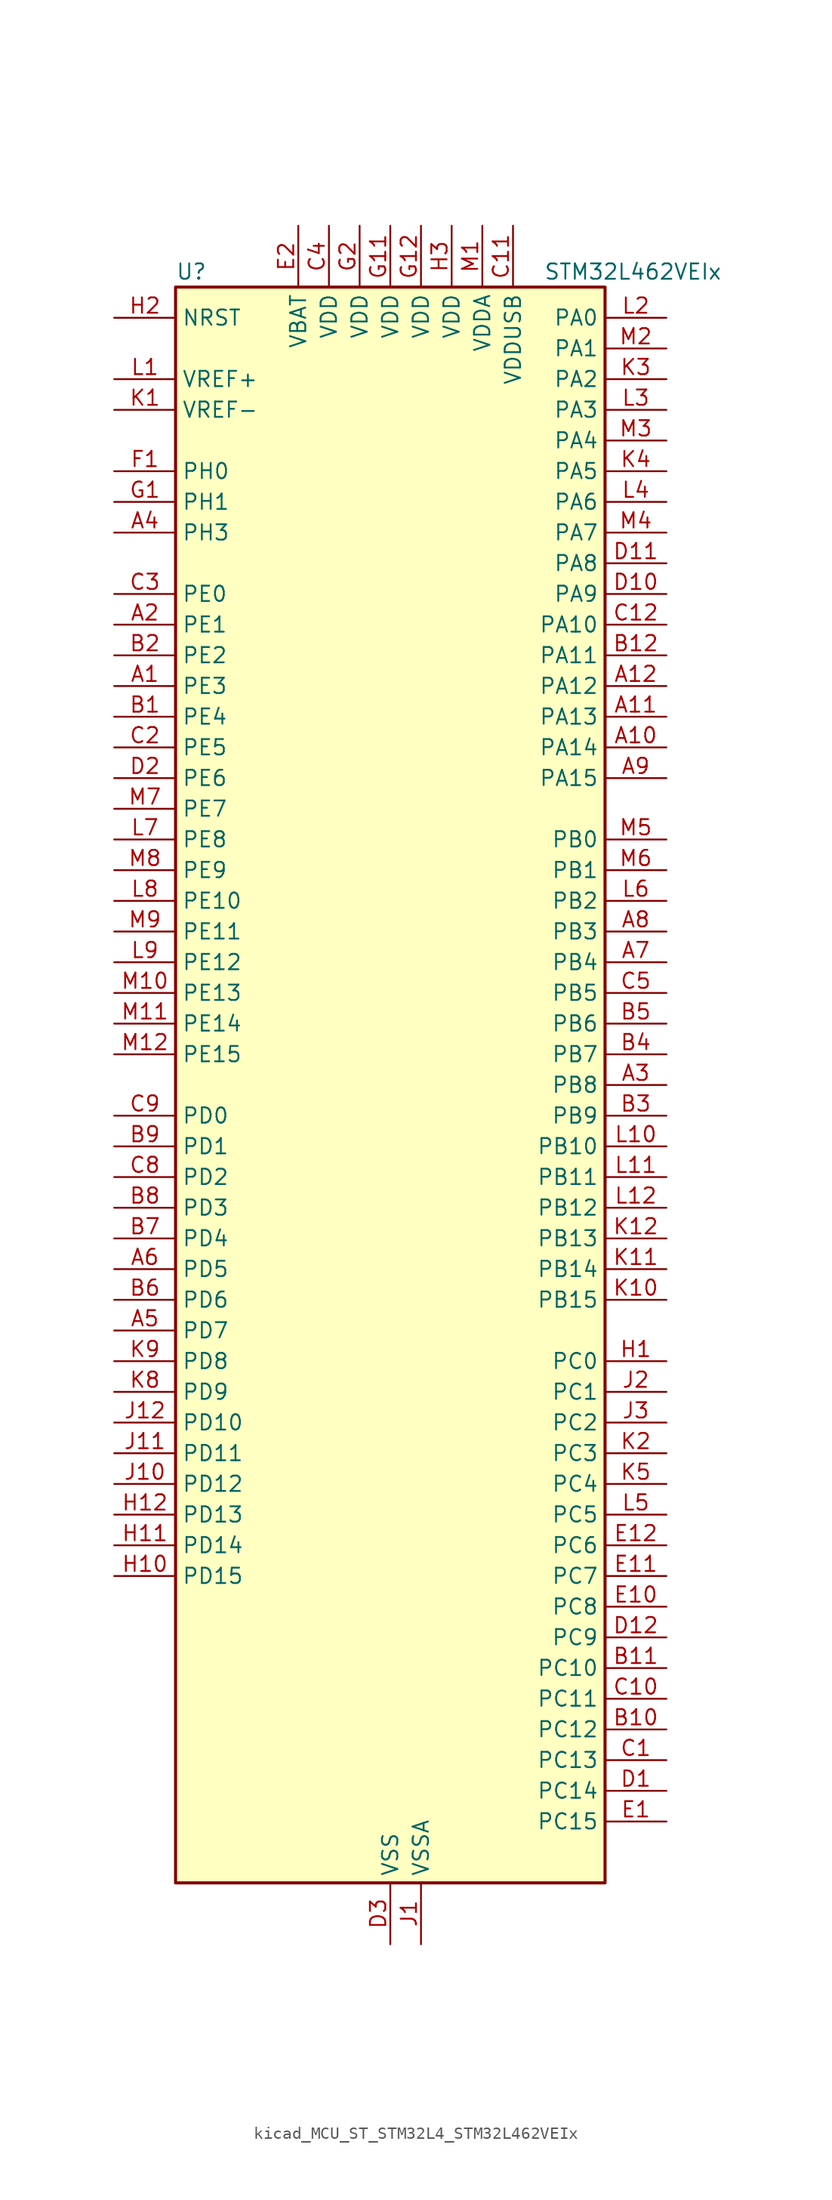
<source format=kicad_sym>
(kicad_symbol_lib
  (version 20220914)
  (generator kicad_symbol_editor)
  (symbol "kicad_MCU_ST_STM32L4_STM32L462VEIx"
    (property "Reference" "U"
      (at -17.78 67.31 0)
      (effects (font (size 1.27 1.27)) (justify left)))
    (property "Value" "STM32L462VEIx"
      (at 12.7 67.31 0)
      (effects (font (size 1.27 1.27)) (justify left)))
    (property "ki_locked" ""
      (at 0 0 0)
      (effects (font (size 1.27 1.27))))
    (symbol "kicad_MCU_ST_STM32L4_STM32L462VEIx_0_1"
      (rectangle (start -17.78 -66.04) (end 17.78 66.04) (stroke (width 0.254) (type default)) (fill (type background))))
    (symbol "kicad_MCU_ST_STM32L4_STM32L462VEIx_1_1"
      (pin bidirectional line (at -22.86 33.02 0) (length 5.08) (name "PE3" (effects (font (size 1.27 1.27)))) (number "A1" (effects (font (size 1.27 1.27)))) (alternate "SAI1_SD_B" bidirectional line) (alternate "SYS_TRACED0" bidirectional line) (alternate "TIM3_CH1" bidirectional line) (alternate "TSC_G7_IO2" bidirectional line))
      (pin bidirectional line (at 22.86 27.94 180) (length 5.08) (name "PA14" (effects (font (size 1.27 1.27)))) (number "A10" (effects (font (size 1.27 1.27)))) (alternate "I2C1_SMBA" bidirectional line) (alternate "I2C4_SMBA" bidirectional line) (alternate "LPTIM1_OUT" bidirectional line) (alternate "SAI1_FS_B" bidirectional line) (alternate "SYS_JTCK-SWCLK" bidirectional line))
      (pin bidirectional line (at 22.86 30.48 180) (length 5.08) (name "PA13" (effects (font (size 1.27 1.27)))) (number "A11" (effects (font (size 1.27 1.27)))) (alternate "IR_OUT" bidirectional line) (alternate "SAI1_SD_B" bidirectional line) (alternate "SYS_JTMS-SWDIO" bidirectional line) (alternate "USB_NOE" bidirectional line))
      (pin bidirectional line (at 22.86 33.02 180) (length 5.08) (name "PA12" (effects (font (size 1.27 1.27)))) (number "A12" (effects (font (size 1.27 1.27)))) (alternate "CAN1_TX" bidirectional line) (alternate "SPI1_MOSI" bidirectional line) (alternate "TIM1_ETR" bidirectional line) (alternate "USART1_DE" bidirectional line) (alternate "USART1_RTS" bidirectional line) (alternate "USB_DP" bidirectional line))
      (pin bidirectional line (at -22.86 38.1 0) (length 5.08) (name "PE1" (effects (font (size 1.27 1.27)))) (number "A2" (effects (font (size 1.27 1.27)))))
      (pin bidirectional line (at 22.86 0 180) (length 5.08) (name "PB8" (effects (font (size 1.27 1.27)))) (number "A3" (effects (font (size 1.27 1.27)))) (alternate "CAN1_RX" bidirectional line) (alternate "I2C1_SCL" bidirectional line) (alternate "SAI1_MCLK_A" bidirectional line) (alternate "SDMMC1_D4" bidirectional line) (alternate "TIM16_CH1" bidirectional line))
      (pin bidirectional line (at -22.86 45.72 0) (length 5.08) (name "PH3" (effects (font (size 1.27 1.27)))) (number "A4" (effects (font (size 1.27 1.27)))))
      (pin bidirectional line (at -22.86 -20.32 0) (length 5.08) (name "PD7" (effects (font (size 1.27 1.27)))) (number "A5" (effects (font (size 1.27 1.27)))) (alternate "DFSDM1_CKIN1" bidirectional line) (alternate "QUADSPI_BK2_IO3" bidirectional line) (alternate "USART2_CK" bidirectional line))
      (pin bidirectional line (at -22.86 -15.24 0) (length 5.08) (name "PD5" (effects (font (size 1.27 1.27)))) (number "A6" (effects (font (size 1.27 1.27)))) (alternate "QUADSPI_BK2_IO1" bidirectional line) (alternate "USART2_TX" bidirectional line))
      (pin bidirectional line (at 22.86 10.16 180) (length 5.08) (name "PB4" (effects (font (size 1.27 1.27)))) (number "A7" (effects (font (size 1.27 1.27)))) (alternate "COMP2_INP" bidirectional line) (alternate "I2C3_SDA" bidirectional line) (alternate "SAI1_MCLK_B" bidirectional line) (alternate "SPI1_MISO" bidirectional line) (alternate "SPI3_MISO" bidirectional line) (alternate "SYS_JTRST" bidirectional line) (alternate "TIM3_CH1" bidirectional line) (alternate "TSC_G2_IO1" bidirectional line) (alternate "USART1_CTS" bidirectional line))
      (pin bidirectional line (at 22.86 12.7 180) (length 5.08) (name "PB3" (effects (font (size 1.27 1.27)))) (number "A8" (effects (font (size 1.27 1.27)))) (alternate "COMP2_INM" bidirectional line) (alternate "SAI1_SCK_B" bidirectional line) (alternate "SPI1_SCK" bidirectional line) (alternate "SPI3_SCK" bidirectional line) (alternate "SYS_JTDO-SWO" bidirectional line) (alternate "TIM2_CH2" bidirectional line) (alternate "USART1_DE" bidirectional line) (alternate "USART1_RTS" bidirectional line))
      (pin bidirectional line (at 22.86 25.4 180) (length 5.08) (name "PA15" (effects (font (size 1.27 1.27)))) (number "A9" (effects (font (size 1.27 1.27)))) (alternate "ADC1_EXTI15" bidirectional line) (alternate "SPI1_NSS" bidirectional line) (alternate "SPI3_NSS" bidirectional line) (alternate "SYS_JTDI" bidirectional line) (alternate "TIM2_CH1" bidirectional line) (alternate "TIM2_ETR" bidirectional line) (alternate "TSC_G3_IO1" bidirectional line) (alternate "UART4_DE" bidirectional line) (alternate "UART4_RTS" bidirectional line) (alternate "USART2_RX" bidirectional line) (alternate "USART3_DE" bidirectional line) (alternate "USART3_RTS" bidirectional line))
      (pin bidirectional line (at -22.86 30.48 0) (length 5.08) (name "PE4" (effects (font (size 1.27 1.27)))) (number "B1" (effects (font (size 1.27 1.27)))) (alternate "DFSDM1_DATIN3" bidirectional line) (alternate "SAI1_FS_A" bidirectional line) (alternate "SYS_TRACED1" bidirectional line) (alternate "TIM3_CH2" bidirectional line) (alternate "TSC_G7_IO3" bidirectional line))
      (pin bidirectional line (at 22.86 -53.34 180) (length 5.08) (name "PC12" (effects (font (size 1.27 1.27)))) (number "B10" (effects (font (size 1.27 1.27)))) (alternate "SDMMC1_CK" bidirectional line) (alternate "SPI3_MOSI" bidirectional line) (alternate "SYS_TRACED3" bidirectional line) (alternate "TSC_G3_IO4" bidirectional line) (alternate "USART3_CK" bidirectional line))
      (pin bidirectional line (at 22.86 -48.26 180) (length 5.08) (name "PC10" (effects (font (size 1.27 1.27)))) (number "B11" (effects (font (size 1.27 1.27)))) (alternate "SDMMC1_D2" bidirectional line) (alternate "SPI3_SCK" bidirectional line) (alternate "SYS_TRACED1" bidirectional line) (alternate "TSC_G3_IO2" bidirectional line) (alternate "UART4_TX" bidirectional line) (alternate "USART3_TX" bidirectional line))
      (pin bidirectional line (at 22.86 35.56 180) (length 5.08) (name "PA11" (effects (font (size 1.27 1.27)))) (number "B12" (effects (font (size 1.27 1.27)))) (alternate "ADC1_EXTI11" bidirectional line) (alternate "CAN1_RX" bidirectional line) (alternate "COMP1_OUT" bidirectional line) (alternate "SPI1_MISO" bidirectional line) (alternate "TIM1_BKIN2" bidirectional line) (alternate "TIM1_BKIN2_COMP1" bidirectional line) (alternate "TIM1_CH4" bidirectional line) (alternate "USART1_CTS" bidirectional line) (alternate "USB_DM" bidirectional line))
      (pin bidirectional line (at -22.86 35.56 0) (length 5.08) (name "PE2" (effects (font (size 1.27 1.27)))) (number "B2" (effects (font (size 1.27 1.27)))) (alternate "SAI1_MCLK_A" bidirectional line) (alternate "SYS_TRACECLK" bidirectional line) (alternate "TIM3_ETR" bidirectional line) (alternate "TSC_G7_IO1" bidirectional line))
      (pin bidirectional line (at 22.86 -2.54 180) (length 5.08) (name "PB9" (effects (font (size 1.27 1.27)))) (number "B3" (effects (font (size 1.27 1.27)))) (alternate "CAN1_TX" bidirectional line) (alternate "DAC1_EXTI9" bidirectional line) (alternate "I2C1_SDA" bidirectional line) (alternate "IR_OUT" bidirectional line) (alternate "SAI1_FS_A" bidirectional line) (alternate "SDMMC1_D5" bidirectional line) (alternate "SPI2_NSS" bidirectional line))
      (pin bidirectional line (at 22.86 2.54 180) (length 5.08) (name "PB7" (effects (font (size 1.27 1.27)))) (number "B4" (effects (font (size 1.27 1.27)))) (alternate "COMP2_INM" bidirectional line) (alternate "I2C1_SDA" bidirectional line) (alternate "I2C4_SDA" bidirectional line) (alternate "LPTIM1_IN2" bidirectional line) (alternate "SYS_PVD_IN" bidirectional line) (alternate "TSC_G2_IO4" bidirectional line) (alternate "UART4_CTS" bidirectional line) (alternate "USART1_RX" bidirectional line))
      (pin bidirectional line (at 22.86 5.08 180) (length 5.08) (name "PB6" (effects (font (size 1.27 1.27)))) (number "B5" (effects (font (size 1.27 1.27)))) (alternate "CAN1_TX" bidirectional line) (alternate "COMP2_INP" bidirectional line) (alternate "I2C1_SCL" bidirectional line) (alternate "I2C4_SCL" bidirectional line) (alternate "LPTIM1_ETR" bidirectional line) (alternate "SAI1_FS_B" bidirectional line) (alternate "TIM16_CH1N" bidirectional line) (alternate "TSC_G2_IO3" bidirectional line) (alternate "USART1_TX" bidirectional line))
      (pin bidirectional line (at -22.86 -17.78 0) (length 5.08) (name "PD6" (effects (font (size 1.27 1.27)))) (number "B6" (effects (font (size 1.27 1.27)))) (alternate "DFSDM1_DATIN1" bidirectional line) (alternate "QUADSPI_BK2_IO2" bidirectional line) (alternate "SAI1_SD_A" bidirectional line) (alternate "USART2_RX" bidirectional line))
      (pin bidirectional line (at -22.86 -12.7 0) (length 5.08) (name "PD4" (effects (font (size 1.27 1.27)))) (number "B7" (effects (font (size 1.27 1.27)))) (alternate "DFSDM1_CKIN0" bidirectional line) (alternate "QUADSPI_BK2_IO0" bidirectional line) (alternate "SPI2_MOSI" bidirectional line) (alternate "USART2_DE" bidirectional line) (alternate "USART2_RTS" bidirectional line))
      (pin bidirectional line (at -22.86 -10.16 0) (length 5.08) (name "PD3" (effects (font (size 1.27 1.27)))) (number "B8" (effects (font (size 1.27 1.27)))) (alternate "DFSDM1_DATIN0" bidirectional line) (alternate "QUADSPI_BK2_NCS" bidirectional line) (alternate "SPI2_MISO" bidirectional line) (alternate "USART2_CTS" bidirectional line))
      (pin bidirectional line (at -22.86 -5.08 0) (length 5.08) (name "PD1" (effects (font (size 1.27 1.27)))) (number "B9" (effects (font (size 1.27 1.27)))) (alternate "CAN1_TX" bidirectional line) (alternate "SPI2_SCK" bidirectional line))
      (pin bidirectional line (at 22.86 -55.88 180) (length 5.08) (name "PC13" (effects (font (size 1.27 1.27)))) (number "C1" (effects (font (size 1.27 1.27)))) (alternate "RTC_OUT_ALARM" bidirectional line) (alternate "RTC_OUT_CALIB" bidirectional line) (alternate "RTC_TAMP1" bidirectional line) (alternate "RTC_TS" bidirectional line) (alternate "SYS_WKUP2" bidirectional line))
      (pin bidirectional line (at 22.86 -50.8 180) (length 5.08) (name "PC11" (effects (font (size 1.27 1.27)))) (number "C10" (effects (font (size 1.27 1.27)))) (alternate "ADC1_EXTI11" bidirectional line) (alternate "SDMMC1_D3" bidirectional line) (alternate "SPI3_MISO" bidirectional line) (alternate "TSC_G3_IO3" bidirectional line) (alternate "UART4_RX" bidirectional line) (alternate "USART3_RX" bidirectional line))
      (pin power_in line (at 10.16 71.12 270) (length 5.08) (name "VDDUSB" (effects (font (size 1.27 1.27)))) (number "C11" (effects (font (size 1.27 1.27)))))
      (pin bidirectional line (at 22.86 38.1 180) (length 5.08) (name "PA10" (effects (font (size 1.27 1.27)))) (number "C12" (effects (font (size 1.27 1.27)))) (alternate "CRS_SYNC" bidirectional line) (alternate "I2C1_SDA" bidirectional line) (alternate "SAI1_SD_A" bidirectional line) (alternate "TIM1_CH3" bidirectional line) (alternate "USART1_RX" bidirectional line))
      (pin bidirectional line (at -22.86 27.94 0) (length 5.08) (name "PE5" (effects (font (size 1.27 1.27)))) (number "C2" (effects (font (size 1.27 1.27)))) (alternate "DFSDM1_CKIN3" bidirectional line) (alternate "SAI1_SCK_A" bidirectional line) (alternate "SYS_TRACED2" bidirectional line) (alternate "TIM3_CH3" bidirectional line) (alternate "TSC_G7_IO4" bidirectional line))
      (pin bidirectional line (at -22.86 40.64 0) (length 5.08) (name "PE0" (effects (font (size 1.27 1.27)))) (number "C3" (effects (font (size 1.27 1.27)))) (alternate "TIM16_CH1" bidirectional line))
      (pin power_in line (at -5.08 71.12 270) (length 5.08) (name "VDD" (effects (font (size 1.27 1.27)))) (number "C4" (effects (font (size 1.27 1.27)))))
      (pin bidirectional line (at 22.86 7.62 180) (length 5.08) (name "PB5" (effects (font (size 1.27 1.27)))) (number "C5" (effects (font (size 1.27 1.27)))) (alternate "CAN1_RX" bidirectional line) (alternate "COMP2_OUT" bidirectional line) (alternate "I2C1_SMBA" bidirectional line) (alternate "LPTIM1_IN1" bidirectional line) (alternate "SAI1_SD_B" bidirectional line) (alternate "SPI1_MOSI" bidirectional line) (alternate "SPI3_MOSI" bidirectional line) (alternate "TIM16_BKIN" bidirectional line) (alternate "TIM3_CH2" bidirectional line) (alternate "TSC_G2_IO2" bidirectional line) (alternate "USART1_CK" bidirectional line))
      (pin bidirectional line (at -22.86 -7.62 0) (length 5.08) (name "PD2" (effects (font (size 1.27 1.27)))) (number "C8" (effects (font (size 1.27 1.27)))) (alternate "SDMMC1_CMD" bidirectional line) (alternate "SYS_TRACED2" bidirectional line) (alternate "TIM3_ETR" bidirectional line) (alternate "TSC_SYNC" bidirectional line) (alternate "USART3_DE" bidirectional line) (alternate "USART3_RTS" bidirectional line))
      (pin bidirectional line (at -22.86 -2.54 0) (length 5.08) (name "PD0" (effects (font (size 1.27 1.27)))) (number "C9" (effects (font (size 1.27 1.27)))) (alternate "CAN1_RX" bidirectional line) (alternate "SPI2_NSS" bidirectional line))
      (pin bidirectional line (at 22.86 -58.42 180) (length 5.08) (name "PC14" (effects (font (size 1.27 1.27)))) (number "D1" (effects (font (size 1.27 1.27)))) (alternate "RCC_OSC32_IN" bidirectional line))
      (pin bidirectional line (at 22.86 40.64 180) (length 5.08) (name "PA9" (effects (font (size 1.27 1.27)))) (number "D10" (effects (font (size 1.27 1.27)))) (alternate "DAC1_EXTI9" bidirectional line) (alternate "DFSDM1_DATIN1" bidirectional line) (alternate "I2C1_SCL" bidirectional line) (alternate "SAI1_FS_A" bidirectional line) (alternate "TIM15_BKIN" bidirectional line) (alternate "TIM1_CH2" bidirectional line) (alternate "USART1_TX" bidirectional line))
      (pin bidirectional line (at 22.86 43.18 180) (length 5.08) (name "PA8" (effects (font (size 1.27 1.27)))) (number "D11" (effects (font (size 1.27 1.27)))) (alternate "DFSDM1_CKIN1" bidirectional line) (alternate "LPTIM2_OUT" bidirectional line) (alternate "RCC_MCO" bidirectional line) (alternate "SAI1_SCK_A" bidirectional line) (alternate "TIM1_CH1" bidirectional line) (alternate "USART1_CK" bidirectional line))
      (pin bidirectional line (at 22.86 -45.72 180) (length 5.08) (name "PC9" (effects (font (size 1.27 1.27)))) (number "D12" (effects (font (size 1.27 1.27)))) (alternate "DAC1_EXTI9" bidirectional line) (alternate "SDMMC1_D1" bidirectional line) (alternate "TIM3_CH4" bidirectional line) (alternate "TSC_G4_IO4" bidirectional line) (alternate "USB_NOE" bidirectional line))
      (pin bidirectional line (at -22.86 25.4 0) (length 5.08) (name "PE6" (effects (font (size 1.27 1.27)))) (number "D2" (effects (font (size 1.27 1.27)))) (alternate "RTC_TAMP3" bidirectional line) (alternate "SAI1_SD_A" bidirectional line) (alternate "SYS_TRACED3" bidirectional line) (alternate "SYS_WKUP3" bidirectional line) (alternate "TIM3_CH4" bidirectional line))
      (pin power_in line (at 0 -71.12 90) (length 5.08) (name "VSS" (effects (font (size 1.27 1.27)))) (number "D3" (effects (font (size 1.27 1.27)))))
      (pin bidirectional line (at 22.86 -60.96 180) (length 5.08) (name "PC15" (effects (font (size 1.27 1.27)))) (number "E1" (effects (font (size 1.27 1.27)))) (alternate "ADC1_EXTI15" bidirectional line) (alternate "RCC_OSC32_OUT" bidirectional line))
      (pin bidirectional line (at 22.86 -43.18 180) (length 5.08) (name "PC8" (effects (font (size 1.27 1.27)))) (number "E10" (effects (font (size 1.27 1.27)))) (alternate "SDMMC1_D0" bidirectional line) (alternate "TIM3_CH3" bidirectional line) (alternate "TSC_G4_IO3" bidirectional line))
      (pin bidirectional line (at 22.86 -40.64 180) (length 5.08) (name "PC7" (effects (font (size 1.27 1.27)))) (number "E11" (effects (font (size 1.27 1.27)))) (alternate "DFSDM1_DATIN3" bidirectional line) (alternate "SDMMC1_D7" bidirectional line) (alternate "TIM3_CH2" bidirectional line) (alternate "TSC_G4_IO2" bidirectional line))
      (pin bidirectional line (at 22.86 -38.1 180) (length 5.08) (name "PC6" (effects (font (size 1.27 1.27)))) (number "E12" (effects (font (size 1.27 1.27)))) (alternate "DFSDM1_CKIN3" bidirectional line) (alternate "SDMMC1_D6" bidirectional line) (alternate "TIM3_CH1" bidirectional line) (alternate "TSC_G4_IO1" bidirectional line))
      (pin power_in line (at -7.62 71.12 270) (length 5.08) (name "VBAT" (effects (font (size 1.27 1.27)))) (number "E2" (effects (font (size 1.27 1.27)))))
      (pin passive line (at 0 -71.12 90) (length 5.08) hide (name "VSS" (effects (font (size 1.27 1.27)))) (number "E3" (effects (font (size 1.27 1.27)))))
      (pin bidirectional line (at -22.86 50.8 0) (length 5.08) (name "PH0" (effects (font (size 1.27 1.27)))) (number "F1" (effects (font (size 1.27 1.27)))) (alternate "RCC_OSC_IN" bidirectional line))
      (pin passive line (at 0 -71.12 90) (length 5.08) hide (name "VSS" (effects (font (size 1.27 1.27)))) (number "F11" (effects (font (size 1.27 1.27)))))
      (pin passive line (at 0 -71.12 90) (length 5.08) hide (name "VSS" (effects (font (size 1.27 1.27)))) (number "F12" (effects (font (size 1.27 1.27)))))
      (pin passive line (at 0 -71.12 90) (length 5.08) hide (name "VSS" (effects (font (size 1.27 1.27)))) (number "F2" (effects (font (size 1.27 1.27)))))
      (pin bidirectional line (at -22.86 48.26 0) (length 5.08) (name "PH1" (effects (font (size 1.27 1.27)))) (number "G1" (effects (font (size 1.27 1.27)))) (alternate "RCC_OSC_OUT" bidirectional line))
      (pin power_in line (at 0 71.12 270) (length 5.08) (name "VDD" (effects (font (size 1.27 1.27)))) (number "G11" (effects (font (size 1.27 1.27)))))
      (pin power_in line (at 2.54 71.12 270) (length 5.08) (name "VDD" (effects (font (size 1.27 1.27)))) (number "G12" (effects (font (size 1.27 1.27)))))
      (pin power_in line (at -2.54 71.12 270) (length 5.08) (name "VDD" (effects (font (size 1.27 1.27)))) (number "G2" (effects (font (size 1.27 1.27)))))
      (pin bidirectional line (at 22.86 -22.86 180) (length 5.08) (name "PC0" (effects (font (size 1.27 1.27)))) (number "H1" (effects (font (size 1.27 1.27)))) (alternate "ADC1_IN1" bidirectional line) (alternate "I2C3_SCL" bidirectional line) (alternate "I2C4_SCL" bidirectional line) (alternate "LPTIM1_IN1" bidirectional line) (alternate "LPTIM2_IN1" bidirectional line) (alternate "LPUART1_RX" bidirectional line))
      (pin bidirectional line (at -22.86 -40.64 0) (length 5.08) (name "PD15" (effects (font (size 1.27 1.27)))) (number "H10" (effects (font (size 1.27 1.27)))) (alternate "ADC1_EXTI15" bidirectional line))
      (pin bidirectional line (at -22.86 -38.1 0) (length 5.08) (name "PD14" (effects (font (size 1.27 1.27)))) (number "H11" (effects (font (size 1.27 1.27)))))
      (pin bidirectional line (at -22.86 -35.56 0) (length 5.08) (name "PD13" (effects (font (size 1.27 1.27)))) (number "H12" (effects (font (size 1.27 1.27)))) (alternate "I2C4_SDA" bidirectional line) (alternate "LPTIM2_OUT" bidirectional line) (alternate "TSC_G6_IO4" bidirectional line))
      (pin input line (at -22.86 63.5 0) (length 5.08) (name "NRST" (effects (font (size 1.27 1.27)))) (number "H2" (effects (font (size 1.27 1.27)))))
      (pin power_in line (at 5.08 71.12 270) (length 5.08) (name "VDD" (effects (font (size 1.27 1.27)))) (number "H3" (effects (font (size 1.27 1.27)))))
      (pin power_in line (at 2.54 -71.12 90) (length 5.08) (name "VSSA" (effects (font (size 1.27 1.27)))) (number "J1" (effects (font (size 1.27 1.27)))))
      (pin bidirectional line (at -22.86 -33.02 0) (length 5.08) (name "PD12" (effects (font (size 1.27 1.27)))) (number "J10" (effects (font (size 1.27 1.27)))) (alternate "I2C4_SCL" bidirectional line) (alternate "LPTIM2_IN1" bidirectional line) (alternate "TSC_G6_IO3" bidirectional line) (alternate "USART3_DE" bidirectional line) (alternate "USART3_RTS" bidirectional line))
      (pin bidirectional line (at -22.86 -30.48 0) (length 5.08) (name "PD11" (effects (font (size 1.27 1.27)))) (number "J11" (effects (font (size 1.27 1.27)))) (alternate "ADC1_EXTI11" bidirectional line) (alternate "I2C4_SMBA" bidirectional line) (alternate "LPTIM2_ETR" bidirectional line) (alternate "TSC_G6_IO2" bidirectional line) (alternate "USART3_CTS" bidirectional line))
      (pin bidirectional line (at -22.86 -27.94 0) (length 5.08) (name "PD10" (effects (font (size 1.27 1.27)))) (number "J12" (effects (font (size 1.27 1.27)))) (alternate "TSC_G6_IO1" bidirectional line) (alternate "USART3_CK" bidirectional line))
      (pin bidirectional line (at 22.86 -25.4 180) (length 5.08) (name "PC1" (effects (font (size 1.27 1.27)))) (number "J2" (effects (font (size 1.27 1.27)))) (alternate "ADC1_IN2" bidirectional line) (alternate "I2C3_SDA" bidirectional line) (alternate "I2C4_SDA" bidirectional line) (alternate "LPTIM1_OUT" bidirectional line) (alternate "LPUART1_TX" bidirectional line) (alternate "SYS_TRACED0" bidirectional line))
      (pin bidirectional line (at 22.86 -27.94 180) (length 5.08) (name "PC2" (effects (font (size 1.27 1.27)))) (number "J3" (effects (font (size 1.27 1.27)))) (alternate "ADC1_IN3" bidirectional line) (alternate "DFSDM1_CKOUT" bidirectional line) (alternate "LPTIM1_IN2" bidirectional line) (alternate "SPI2_MISO" bidirectional line))
      (pin input line (at -22.86 55.88 0) (length 5.08) (name "VREF-" (effects (font (size 1.27 1.27)))) (number "K1" (effects (font (size 1.27 1.27)))))
      (pin bidirectional line (at 22.86 -17.78 180) (length 5.08) (name "PB15" (effects (font (size 1.27 1.27)))) (number "K10" (effects (font (size 1.27 1.27)))) (alternate "ADC1_EXTI15" bidirectional line) (alternate "DFSDM1_CKIN2" bidirectional line) (alternate "RTC_REFIN" bidirectional line) (alternate "SAI1_SD_A" bidirectional line) (alternate "SPI2_MOSI" bidirectional line) (alternate "TIM15_CH2" bidirectional line) (alternate "TIM1_CH3N" bidirectional line) (alternate "TSC_G1_IO4" bidirectional line))
      (pin bidirectional line (at 22.86 -15.24 180) (length 5.08) (name "PB14" (effects (font (size 1.27 1.27)))) (number "K11" (effects (font (size 1.27 1.27)))) (alternate "DFSDM1_DATIN2" bidirectional line) (alternate "I2C2_SDA" bidirectional line) (alternate "SAI1_MCLK_A" bidirectional line) (alternate "SPI2_MISO" bidirectional line) (alternate "TIM15_CH1" bidirectional line) (alternate "TIM1_CH2N" bidirectional line) (alternate "TSC_G1_IO3" bidirectional line) (alternate "USART3_DE" bidirectional line) (alternate "USART3_RTS" bidirectional line))
      (pin bidirectional line (at 22.86 -12.7 180) (length 5.08) (name "PB13" (effects (font (size 1.27 1.27)))) (number "K12" (effects (font (size 1.27 1.27)))) (alternate "CAN1_TX" bidirectional line) (alternate "DFSDM1_CKIN1" bidirectional line) (alternate "I2C2_SCL" bidirectional line) (alternate "LPUART1_CTS" bidirectional line) (alternate "SAI1_SCK_A" bidirectional line) (alternate "SPI2_SCK" bidirectional line) (alternate "TIM15_CH1N" bidirectional line) (alternate "TIM1_CH1N" bidirectional line) (alternate "TSC_G1_IO2" bidirectional line) (alternate "USART3_CTS" bidirectional line))
      (pin bidirectional line (at 22.86 -30.48 180) (length 5.08) (name "PC3" (effects (font (size 1.27 1.27)))) (number "K2" (effects (font (size 1.27 1.27)))) (alternate "ADC1_IN4" bidirectional line) (alternate "LPTIM1_ETR" bidirectional line) (alternate "LPTIM2_ETR" bidirectional line) (alternate "SAI1_SD_A" bidirectional line) (alternate "SPI2_MOSI" bidirectional line))
      (pin bidirectional line (at 22.86 58.42 180) (length 5.08) (name "PA2" (effects (font (size 1.27 1.27)))) (number "K3" (effects (font (size 1.27 1.27)))) (alternate "ADC1_IN7" bidirectional line) (alternate "COMP2_INM" bidirectional line) (alternate "COMP2_OUT" bidirectional line) (alternate "LPUART1_TX" bidirectional line) (alternate "QUADSPI_BK1_NCS" bidirectional line) (alternate "RCC_LSCO" bidirectional line) (alternate "SYS_WKUP4" bidirectional line) (alternate "TIM15_CH1" bidirectional line) (alternate "TIM2_CH3" bidirectional line) (alternate "USART2_TX" bidirectional line))
      (pin bidirectional line (at 22.86 50.8 180) (length 5.08) (name "PA5" (effects (font (size 1.27 1.27)))) (number "K4" (effects (font (size 1.27 1.27)))) (alternate "ADC1_IN10" bidirectional line) (alternate "COMP1_INM" bidirectional line) (alternate "COMP2_INM" bidirectional line) (alternate "DFSDM1_CKOUT" bidirectional line) (alternate "LPTIM2_ETR" bidirectional line) (alternate "SPI1_SCK" bidirectional line) (alternate "TIM2_CH1" bidirectional line) (alternate "TIM2_ETR" bidirectional line))
      (pin bidirectional line (at 22.86 -33.02 180) (length 5.08) (name "PC4" (effects (font (size 1.27 1.27)))) (number "K5" (effects (font (size 1.27 1.27)))) (alternate "ADC1_IN13" bidirectional line) (alternate "COMP1_INM" bidirectional line) (alternate "USART3_TX" bidirectional line))
      (pin bidirectional line (at -22.86 -25.4 0) (length 5.08) (name "PD9" (effects (font (size 1.27 1.27)))) (number "K8" (effects (font (size 1.27 1.27)))) (alternate "DAC1_EXTI9" bidirectional line) (alternate "USART3_RX" bidirectional line))
      (pin bidirectional line (at -22.86 -22.86 0) (length 5.08) (name "PD8" (effects (font (size 1.27 1.27)))) (number "K9" (effects (font (size 1.27 1.27)))) (alternate "USART3_TX" bidirectional line))
      (pin input line (at -22.86 58.42 0) (length 5.08) (name "VREF+" (effects (font (size 1.27 1.27)))) (number "L1" (effects (font (size 1.27 1.27)))) (alternate "VREFBUF_OUT" bidirectional line))
      (pin bidirectional line (at 22.86 -5.08 180) (length 5.08) (name "PB10" (effects (font (size 1.27 1.27)))) (number "L10" (effects (font (size 1.27 1.27)))) (alternate "COMP1_OUT" bidirectional line) (alternate "I2C2_SCL" bidirectional line) (alternate "I2C4_SCL" bidirectional line) (alternate "LPUART1_RX" bidirectional line) (alternate "QUADSPI_CLK" bidirectional line) (alternate "SAI1_SCK_A" bidirectional line) (alternate "SPI2_SCK" bidirectional line) (alternate "TIM2_CH3" bidirectional line) (alternate "TSC_SYNC" bidirectional line) (alternate "USART3_TX" bidirectional line))
      (pin bidirectional line (at 22.86 -7.62 180) (length 5.08) (name "PB11" (effects (font (size 1.27 1.27)))) (number "L11" (effects (font (size 1.27 1.27)))) (alternate "ADC1_EXTI11" bidirectional line) (alternate "COMP2_OUT" bidirectional line) (alternate "I2C2_SDA" bidirectional line) (alternate "I2C4_SDA" bidirectional line) (alternate "LPUART1_TX" bidirectional line) (alternate "QUADSPI_BK1_NCS" bidirectional line) (alternate "TIM2_CH4" bidirectional line) (alternate "USART3_RX" bidirectional line))
      (pin bidirectional line (at 22.86 -10.16 180) (length 5.08) (name "PB12" (effects (font (size 1.27 1.27)))) (number "L12" (effects (font (size 1.27 1.27)))) (alternate "CAN1_RX" bidirectional line) (alternate "DFSDM1_DATIN1" bidirectional line) (alternate "I2C2_SMBA" bidirectional line) (alternate "LPUART1_DE" bidirectional line) (alternate "LPUART1_RTS" bidirectional line) (alternate "SAI1_FS_A" bidirectional line) (alternate "SPI2_NSS" bidirectional line) (alternate "TIM15_BKIN" bidirectional line) (alternate "TIM1_BKIN" bidirectional line) (alternate "TIM1_BKIN_COMP2" bidirectional line) (alternate "TSC_G1_IO1" bidirectional line) (alternate "USART3_CK" bidirectional line))
      (pin bidirectional line (at 22.86 63.5 180) (length 5.08) (name "PA0" (effects (font (size 1.27 1.27)))) (number "L2" (effects (font (size 1.27 1.27)))) (alternate "ADC1_IN5" bidirectional line) (alternate "COMP1_INM" bidirectional line) (alternate "COMP1_OUT" bidirectional line) (alternate "OPAMP1_VINP" bidirectional line) (alternate "RTC_TAMP2" bidirectional line) (alternate "SAI1_EXTCLK" bidirectional line) (alternate "SYS_WKUP1" bidirectional line) (alternate "TIM2_CH1" bidirectional line) (alternate "TIM2_ETR" bidirectional line) (alternate "UART4_TX" bidirectional line) (alternate "USART2_CTS" bidirectional line))
      (pin bidirectional line (at 22.86 55.88 180) (length 5.08) (name "PA3" (effects (font (size 1.27 1.27)))) (number "L3" (effects (font (size 1.27 1.27)))) (alternate "ADC1_IN8" bidirectional line) (alternate "COMP2_INP" bidirectional line) (alternate "LPUART1_RX" bidirectional line) (alternate "OPAMP1_VOUT" bidirectional line) (alternate "QUADSPI_CLK" bidirectional line) (alternate "SAI1_MCLK_A" bidirectional line) (alternate "TIM15_CH2" bidirectional line) (alternate "TIM2_CH4" bidirectional line) (alternate "USART2_RX" bidirectional line))
      (pin bidirectional line (at 22.86 48.26 180) (length 5.08) (name "PA6" (effects (font (size 1.27 1.27)))) (number "L4" (effects (font (size 1.27 1.27)))) (alternate "ADC1_IN11" bidirectional line) (alternate "COMP1_OUT" bidirectional line) (alternate "LPUART1_CTS" bidirectional line) (alternate "QUADSPI_BK1_IO3" bidirectional line) (alternate "SPI1_MISO" bidirectional line) (alternate "TIM16_CH1" bidirectional line) (alternate "TIM1_BKIN" bidirectional line) (alternate "TIM1_BKIN_COMP2" bidirectional line) (alternate "TIM3_CH1" bidirectional line) (alternate "USART3_CTS" bidirectional line))
      (pin bidirectional line (at 22.86 -35.56 180) (length 5.08) (name "PC5" (effects (font (size 1.27 1.27)))) (number "L5" (effects (font (size 1.27 1.27)))) (alternate "ADC1_IN14" bidirectional line) (alternate "COMP1_INP" bidirectional line) (alternate "SYS_WKUP5" bidirectional line) (alternate "USART3_RX" bidirectional line))
      (pin bidirectional line (at 22.86 15.24 180) (length 5.08) (name "PB2" (effects (font (size 1.27 1.27)))) (number "L6" (effects (font (size 1.27 1.27)))) (alternate "COMP1_INP" bidirectional line) (alternate "DFSDM1_CKIN0" bidirectional line) (alternate "I2C3_SMBA" bidirectional line) (alternate "LPTIM1_OUT" bidirectional line) (alternate "RTC_OUT_ALARM" bidirectional line) (alternate "RTC_OUT_CALIB" bidirectional line))
      (pin bidirectional line (at -22.86 20.32 0) (length 5.08) (name "PE8" (effects (font (size 1.27 1.27)))) (number "L7" (effects (font (size 1.27 1.27)))) (alternate "DFSDM1_CKIN2" bidirectional line) (alternate "SAI1_SCK_B" bidirectional line) (alternate "TIM1_CH1N" bidirectional line))
      (pin bidirectional line (at -22.86 15.24 0) (length 5.08) (name "PE10" (effects (font (size 1.27 1.27)))) (number "L8" (effects (font (size 1.27 1.27)))) (alternate "QUADSPI_CLK" bidirectional line) (alternate "SAI1_MCLK_B" bidirectional line) (alternate "TIM1_CH2N" bidirectional line) (alternate "TSC_G5_IO1" bidirectional line))
      (pin bidirectional line (at -22.86 10.16 0) (length 5.08) (name "PE12" (effects (font (size 1.27 1.27)))) (number "L9" (effects (font (size 1.27 1.27)))) (alternate "QUADSPI_BK1_IO0" bidirectional line) (alternate "SPI1_NSS" bidirectional line) (alternate "TIM1_CH3N" bidirectional line) (alternate "TSC_G5_IO3" bidirectional line))
      (pin power_in line (at 7.62 71.12 270) (length 5.08) (name "VDDA" (effects (font (size 1.27 1.27)))) (number "M1" (effects (font (size 1.27 1.27)))))
      (pin bidirectional line (at -22.86 7.62 0) (length 5.08) (name "PE13" (effects (font (size 1.27 1.27)))) (number "M10" (effects (font (size 1.27 1.27)))) (alternate "QUADSPI_BK1_IO1" bidirectional line) (alternate "SPI1_SCK" bidirectional line) (alternate "TIM1_CH3" bidirectional line) (alternate "TSC_G5_IO4" bidirectional line))
      (pin bidirectional line (at -22.86 5.08 0) (length 5.08) (name "PE14" (effects (font (size 1.27 1.27)))) (number "M11" (effects (font (size 1.27 1.27)))) (alternate "QUADSPI_BK1_IO2" bidirectional line) (alternate "SPI1_MISO" bidirectional line) (alternate "TIM1_BKIN2" bidirectional line) (alternate "TIM1_BKIN2_COMP2" bidirectional line) (alternate "TIM1_CH4" bidirectional line))
      (pin bidirectional line (at -22.86 2.54 0) (length 5.08) (name "PE15" (effects (font (size 1.27 1.27)))) (number "M12" (effects (font (size 1.27 1.27)))) (alternate "ADC1_EXTI15" bidirectional line) (alternate "QUADSPI_BK1_IO3" bidirectional line) (alternate "SPI1_MOSI" bidirectional line) (alternate "TIM1_BKIN" bidirectional line) (alternate "TIM1_BKIN_COMP1" bidirectional line))
      (pin bidirectional line (at 22.86 60.96 180) (length 5.08) (name "PA1" (effects (font (size 1.27 1.27)))) (number "M2" (effects (font (size 1.27 1.27)))) (alternate "ADC1_IN6" bidirectional line) (alternate "COMP1_INP" bidirectional line) (alternate "I2C1_SMBA" bidirectional line) (alternate "OPAMP1_VINM" bidirectional line) (alternate "SPI1_SCK" bidirectional line) (alternate "TIM15_CH1N" bidirectional line) (alternate "TIM2_CH2" bidirectional line) (alternate "UART4_RX" bidirectional line) (alternate "USART2_DE" bidirectional line) (alternate "USART2_RTS" bidirectional line))
      (pin bidirectional line (at 22.86 53.34 180) (length 5.08) (name "PA4" (effects (font (size 1.27 1.27)))) (number "M3" (effects (font (size 1.27 1.27)))) (alternate "ADC1_IN9" bidirectional line) (alternate "COMP1_INM" bidirectional line) (alternate "COMP2_INM" bidirectional line) (alternate "DAC1_OUT1" bidirectional line) (alternate "LPTIM2_OUT" bidirectional line) (alternate "SAI1_FS_B" bidirectional line) (alternate "SPI1_NSS" bidirectional line) (alternate "SPI3_NSS" bidirectional line) (alternate "USART2_CK" bidirectional line))
      (pin bidirectional line (at 22.86 45.72 180) (length 5.08) (name "PA7" (effects (font (size 1.27 1.27)))) (number "M4" (effects (font (size 1.27 1.27)))) (alternate "ADC1_IN12" bidirectional line) (alternate "COMP2_OUT" bidirectional line) (alternate "DFSDM1_DATIN0" bidirectional line) (alternate "I2C3_SCL" bidirectional line) (alternate "QUADSPI_BK1_IO2" bidirectional line) (alternate "SPI1_MOSI" bidirectional line) (alternate "TIM1_CH1N" bidirectional line) (alternate "TIM3_CH2" bidirectional line))
      (pin bidirectional line (at 22.86 20.32 180) (length 5.08) (name "PB0" (effects (font (size 1.27 1.27)))) (number "M5" (effects (font (size 1.27 1.27)))) (alternate "ADC1_IN15" bidirectional line) (alternate "COMP1_OUT" bidirectional line) (alternate "DFSDM1_CKIN0" bidirectional line) (alternate "QUADSPI_BK1_IO1" bidirectional line) (alternate "SAI1_EXTCLK" bidirectional line) (alternate "SPI1_NSS" bidirectional line) (alternate "TIM1_CH2N" bidirectional line) (alternate "TIM3_CH3" bidirectional line) (alternate "USART3_CK" bidirectional line))
      (pin bidirectional line (at 22.86 17.78 180) (length 5.08) (name "PB1" (effects (font (size 1.27 1.27)))) (number "M6" (effects (font (size 1.27 1.27)))) (alternate "ADC1_IN16" bidirectional line) (alternate "COMP1_INM" bidirectional line) (alternate "DFSDM1_DATIN0" bidirectional line) (alternate "LPTIM2_IN1" bidirectional line) (alternate "LPUART1_DE" bidirectional line) (alternate "LPUART1_RTS" bidirectional line) (alternate "QUADSPI_BK1_IO0" bidirectional line) (alternate "TIM1_CH3N" bidirectional line) (alternate "TIM3_CH4" bidirectional line) (alternate "USART3_DE" bidirectional line) (alternate "USART3_RTS" bidirectional line))
      (pin bidirectional line (at -22.86 22.86 0) (length 5.08) (name "PE7" (effects (font (size 1.27 1.27)))) (number "M7" (effects (font (size 1.27 1.27)))) (alternate "DFSDM1_DATIN2" bidirectional line) (alternate "SAI1_SD_B" bidirectional line) (alternate "TIM1_ETR" bidirectional line))
      (pin bidirectional line (at -22.86 17.78 0) (length 5.08) (name "PE9" (effects (font (size 1.27 1.27)))) (number "M8" (effects (font (size 1.27 1.27)))) (alternate "DAC1_EXTI9" bidirectional line) (alternate "DFSDM1_CKOUT" bidirectional line) (alternate "SAI1_FS_B" bidirectional line) (alternate "TIM1_CH1" bidirectional line))
      (pin bidirectional line (at -22.86 12.7 0) (length 5.08) (name "PE11" (effects (font (size 1.27 1.27)))) (number "M9" (effects (font (size 1.27 1.27)))) (alternate "ADC1_EXTI11" bidirectional line) (alternate "QUADSPI_BK1_NCS" bidirectional line) (alternate "TIM1_CH2" bidirectional line) (alternate "TSC_G5_IO2" bidirectional line)))))
</source>
